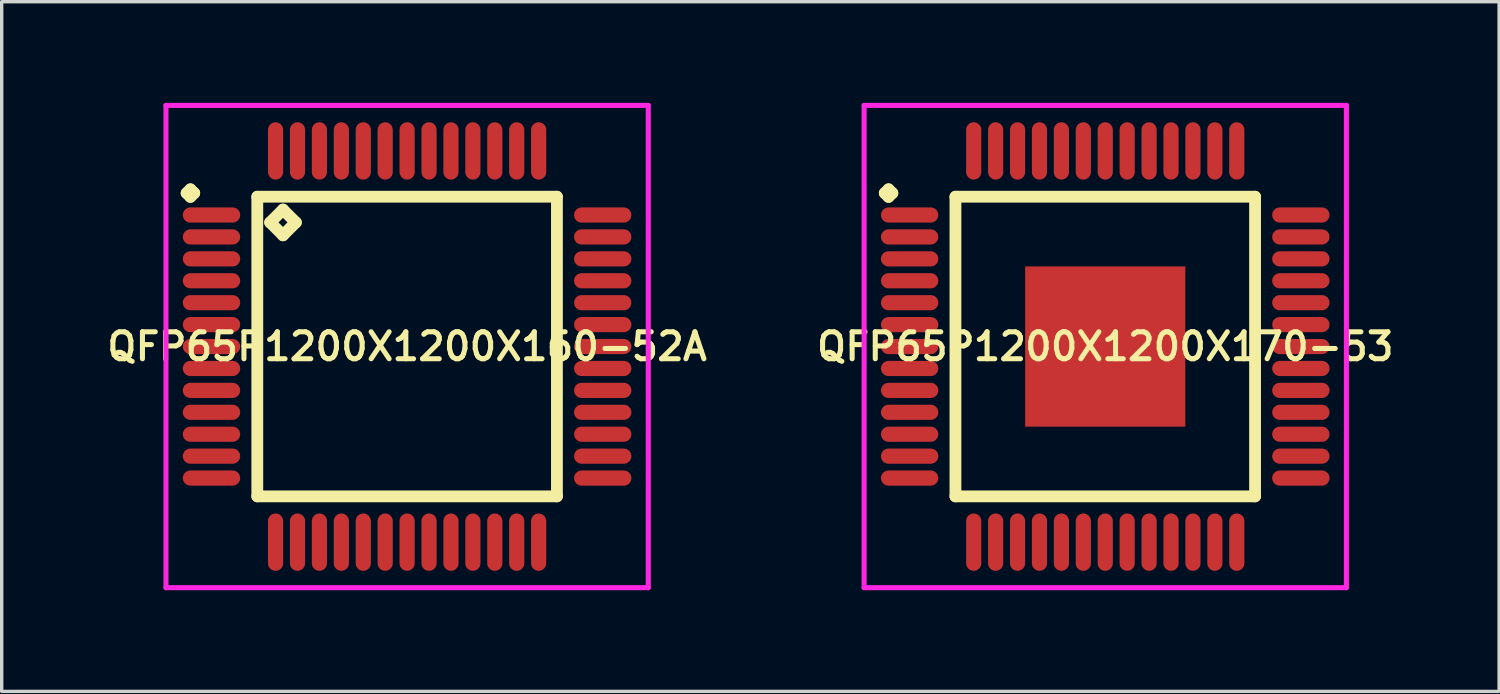
<source format=kicad_pcb>
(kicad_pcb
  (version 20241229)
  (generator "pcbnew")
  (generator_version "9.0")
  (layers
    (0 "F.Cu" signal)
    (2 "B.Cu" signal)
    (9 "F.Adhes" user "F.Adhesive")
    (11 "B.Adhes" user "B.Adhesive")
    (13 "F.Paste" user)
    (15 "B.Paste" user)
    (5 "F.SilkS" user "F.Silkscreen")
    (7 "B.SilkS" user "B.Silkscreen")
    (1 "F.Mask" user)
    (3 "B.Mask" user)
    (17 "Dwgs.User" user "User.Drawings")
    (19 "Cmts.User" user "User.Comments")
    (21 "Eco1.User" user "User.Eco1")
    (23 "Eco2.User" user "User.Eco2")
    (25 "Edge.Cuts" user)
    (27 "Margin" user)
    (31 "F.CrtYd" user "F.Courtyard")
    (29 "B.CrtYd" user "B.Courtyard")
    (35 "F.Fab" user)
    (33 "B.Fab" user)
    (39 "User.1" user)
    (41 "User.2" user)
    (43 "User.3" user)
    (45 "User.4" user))
  (footprint "QFP65P1200X1200X160-52A"
    (layer "F.Cu")
    (at 9.021 7.225)
    (property "Reference" "QFP65P1200X1200X160-52A" (at 0 0 0) (layer "F.SilkS") (effects (font (size 0.8 0.8) (thickness 0.15))))
    (attr smd)
    (fp_line (start -6.537 -4.55) (end -6.425 -4.662) (stroke (width 0.35) (type solid)) (layer "F.SilkS"))
    (fp_line (start -6.425 -4.662) (end -6.312 -4.55) (stroke (width 0.35) (type solid)) (layer "F.SilkS"))
    (fp_line (start -6.425 -4.438) (end -6.537 -4.55) (stroke (width 0.35) (type solid)) (layer "F.SilkS"))
    (fp_line (start -6.312 -4.55) (end -6.425 -4.438) (stroke (width 0.35) (type solid)) (layer "F.SilkS"))
    (fp_line (start -4.442 -4.442) (end -4.442 4.442) (stroke (width 0.35) (type solid)) (layer "F.SilkS"))
    (fp_line (start -4.442 4.442) (end 4.442 4.442) (stroke (width 0.35) (type solid)) (layer "F.SilkS"))
    (fp_line (start -4.061 -3.68) (end -3.68 -4.061) (stroke (width 0.35) (type solid)) (layer "F.SilkS"))
    (fp_line (start -3.68 -4.061) (end -3.299 -3.68) (stroke (width 0.35) (type solid)) (layer "F.SilkS"))
    (fp_line (start -3.68 -3.299) (end -4.061 -3.68) (stroke (width 0.35) (type solid)) (layer "F.SilkS"))
    (fp_line (start -3.299 -3.68) (end -3.68 -3.299) (stroke (width 0.35) (type solid)) (layer "F.SilkS"))
    (fp_line (start 4.442 -4.442) (end -4.442 -4.442) (stroke (width 0.35) (type solid)) (layer "F.SilkS"))
    (fp_line (start 4.442 4.442) (end 4.442 -4.442) (stroke (width 0.35) (type solid)) (layer "F.SilkS"))
    (fp_line (start -7.15 -7.15) (end 7.15 -7.15) (stroke (width 0.15) (type solid)) (layer "F.CrtYd"))
    (fp_line (start -7.15 7.15) (end -7.15 -7.15) (stroke (width 0.15) (type solid)) (layer "F.CrtYd"))
    (fp_line (start 7.15 -7.15) (end 7.15 7.15) (stroke (width 0.15) (type solid)) (layer "F.CrtYd"))
    (fp_line (start 7.15 7.15) (end -7.15 7.15) (stroke (width 0.15) (type solid)) (layer "F.CrtYd"))
    (pad "1" smd oval (at -5.8 -3.9) (size 1.7 0.45) (layers "F.Cu" "F.Mask" "F.Paste"))
    (pad "2" smd oval (at -5.8 -3.25) (size 1.7 0.45) (layers "F.Cu" "F.Mask" "F.Paste"))
    (pad "3" smd oval (at -5.8 -2.6) (size 1.7 0.45) (layers "F.Cu" "F.Mask" "F.Paste"))
    (pad "4" smd oval (at -5.8 -1.95) (size 1.7 0.45) (layers "F.Cu" "F.Mask" "F.Paste"))
    (pad "5" smd oval (at -5.8 -1.3) (size 1.7 0.45) (layers "F.Cu" "F.Mask" "F.Paste"))
    (pad "6" smd oval (at -5.8 -0.65) (size 1.7 0.45) (layers "F.Cu" "F.Mask" "F.Paste"))
    (pad "7" smd oval (at -5.8 0) (size 1.7 0.45) (layers "F.Cu" "F.Mask" "F.Paste"))
    (pad "8" smd oval (at -5.8 0.65) (size 1.7 0.45) (layers "F.Cu" "F.Mask" "F.Paste"))
    (pad "9" smd oval (at -5.8 1.3) (size 1.7 0.45) (layers "F.Cu" "F.Mask" "F.Paste"))
    (pad "10" smd oval (at -5.8 1.95) (size 1.7 0.45) (layers "F.Cu" "F.Mask" "F.Paste"))
    (pad "11" smd oval (at -5.8 2.6) (size 1.7 0.45) (layers "F.Cu" "F.Mask" "F.Paste"))
    (pad "12" smd oval (at -5.8 3.25) (size 1.7 0.45) (layers "F.Cu" "F.Mask" "F.Paste"))
    (pad "13" smd oval (at -5.8 3.9) (size 1.7 0.45) (layers "F.Cu" "F.Mask" "F.Paste"))
    (pad "14" smd oval (at -3.9 5.8) (size 0.45 1.7) (layers "F.Cu" "F.Mask" "F.Paste"))
    (pad "15" smd oval (at -3.25 5.8) (size 0.45 1.7) (layers "F.Cu" "F.Mask" "F.Paste"))
    (pad "16" smd oval (at -2.6 5.8) (size 0.45 1.7) (layers "F.Cu" "F.Mask" "F.Paste"))
    (pad "17" smd oval (at -1.95 5.8) (size 0.45 1.7) (layers "F.Cu" "F.Mask" "F.Paste"))
    (pad "18" smd oval (at -1.3 5.8) (size 0.45 1.7) (layers "F.Cu" "F.Mask" "F.Paste"))
    (pad "19" smd oval (at -0.65 5.8) (size 0.45 1.7) (layers "F.Cu" "F.Mask" "F.Paste"))
    (pad "20" smd oval (at 0 5.8) (size 0.45 1.7) (layers "F.Cu" "F.Mask" "F.Paste"))
    (pad "21" smd oval (at 0.65 5.8) (size 0.45 1.7) (layers "F.Cu" "F.Mask" "F.Paste"))
    (pad "22" smd oval (at 1.3 5.8) (size 0.45 1.7) (layers "F.Cu" "F.Mask" "F.Paste"))
    (pad "23" smd oval (at 1.95 5.8) (size 0.45 1.7) (layers "F.Cu" "F.Mask" "F.Paste"))
    (pad "24" smd oval (at 2.6 5.8) (size 0.45 1.7) (layers "F.Cu" "F.Mask" "F.Paste"))
    (pad "25" smd oval (at 3.25 5.8) (size 0.45 1.7) (layers "F.Cu" "F.Mask" "F.Paste"))
    (pad "26" smd oval (at 3.9 5.8) (size 0.45 1.7) (layers "F.Cu" "F.Mask" "F.Paste"))
    (pad "27" smd oval (at 5.8 3.9) (size 1.7 0.45) (layers "F.Cu" "F.Mask" "F.Paste"))
    (pad "28" smd oval (at 5.8 3.25) (size 1.7 0.45) (layers "F.Cu" "F.Mask" "F.Paste"))
    (pad "29" smd oval (at 5.8 2.6) (size 1.7 0.45) (layers "F.Cu" "F.Mask" "F.Paste"))
    (pad "30" smd oval (at 5.8 1.95) (size 1.7 0.45) (layers "F.Cu" "F.Mask" "F.Paste"))
    (pad "31" smd oval (at 5.8 1.3) (size 1.7 0.45) (layers "F.Cu" "F.Mask" "F.Paste"))
    (pad "32" smd oval (at 5.8 0.65) (size 1.7 0.45) (layers "F.Cu" "F.Mask" "F.Paste"))
    (pad "33" smd oval (at 5.8 0) (size 1.7 0.45) (layers "F.Cu" "F.Mask" "F.Paste"))
    (pad "34" smd oval (at 5.8 -0.65) (size 1.7 0.45) (layers "F.Cu" "F.Mask" "F.Paste"))
    (pad "35" smd oval (at 5.8 -1.3) (size 1.7 0.45) (layers "F.Cu" "F.Mask" "F.Paste"))
    (pad "36" smd oval (at 5.8 -1.95) (size 1.7 0.45) (layers "F.Cu" "F.Mask" "F.Paste"))
    (pad "37" smd oval (at 5.8 -2.6) (size 1.7 0.45) (layers "F.Cu" "F.Mask" "F.Paste"))
    (pad "38" smd oval (at 5.8 -3.25) (size 1.7 0.45) (layers "F.Cu" "F.Mask" "F.Paste"))
    (pad "39" smd oval (at 5.8 -3.9) (size 1.7 0.45) (layers "F.Cu" "F.Mask" "F.Paste"))
    (pad "40" smd oval (at 3.9 -5.8) (size 0.45 1.7) (layers "F.Cu" "F.Mask" "F.Paste"))
    (pad "41" smd oval (at 3.25 -5.8) (size 0.45 1.7) (layers "F.Cu" "F.Mask" "F.Paste"))
    (pad "42" smd oval (at 2.6 -5.8) (size 0.45 1.7) (layers "F.Cu" "F.Mask" "F.Paste"))
    (pad "43" smd oval (at 1.95 -5.8) (size 0.45 1.7) (layers "F.Cu" "F.Mask" "F.Paste"))
    (pad "44" smd oval (at 1.3 -5.8) (size 0.45 1.7) (layers "F.Cu" "F.Mask" "F.Paste"))
    (pad "45" smd oval (at 0.65 -5.8) (size 0.45 1.7) (layers "F.Cu" "F.Mask" "F.Paste"))
    (pad "46" smd oval (at 0 -5.8) (size 0.45 1.7) (layers "F.Cu" "F.Mask" "F.Paste"))
    (pad "47" smd oval (at -0.65 -5.8) (size 0.45 1.7) (layers "F.Cu" "F.Mask" "F.Paste"))
    (pad "48" smd oval (at -1.3 -5.8) (size 0.45 1.7) (layers "F.Cu" "F.Mask" "F.Paste"))
    (pad "49" smd oval (at -1.95 -5.8) (size 0.45 1.7) (layers "F.Cu" "F.Mask" "F.Paste"))
    (pad "50" smd oval (at -2.6 -5.8) (size 0.45 1.7) (layers "F.Cu" "F.Mask" "F.Paste"))
    (pad "51" smd oval (at -3.25 -5.8) (size 0.45 1.7) (layers "F.Cu" "F.Mask" "F.Paste"))
    (pad "52" smd oval (at -3.9 -5.8) (size 0.45 1.7) (layers "F.Cu" "F.Mask" "F.Paste")))
  (footprint "QFP65P1200X1200X170-53"
    (layer "F.Cu")
    (at 29.721 7.225)
    (property "Reference" "QFP65P1200X1200X170-53" (at 0 0 0) (layer "F.SilkS") (effects (font (size 0.8 0.8) (thickness 0.15))))
    (attr smd)
    (fp_line (start -6.537 -4.55) (end -6.425 -4.662) (stroke (width 0.35) (type solid)) (layer "F.SilkS"))
    (fp_line (start -6.425 -4.662) (end -6.312 -4.55) (stroke (width 0.35) (type solid)) (layer "F.SilkS"))
    (fp_line (start -6.425 -4.438) (end -6.537 -4.55) (stroke (width 0.35) (type solid)) (layer "F.SilkS"))
    (fp_line (start -6.312 -4.55) (end -6.425 -4.438) (stroke (width 0.35) (type solid)) (layer "F.SilkS"))
    (fp_line (start -4.442 -4.442) (end -4.442 4.442) (stroke (width 0.35) (type solid)) (layer "F.SilkS"))
    (fp_line (start -4.442 4.442) (end 4.442 4.442) (stroke (width 0.35) (type solid)) (layer "F.SilkS"))
    (fp_line (start 4.442 -4.442) (end -4.442 -4.442) (stroke (width 0.35) (type solid)) (layer "F.SilkS"))
    (fp_line (start 4.442 4.442) (end 4.442 -4.442) (stroke (width 0.35) (type solid)) (layer "F.SilkS"))
    (fp_line (start -7.15 -7.15) (end 7.15 -7.15) (stroke (width 0.15) (type solid)) (layer "F.CrtYd"))
    (fp_line (start -7.15 7.15) (end -7.15 -7.15) (stroke (width 0.15) (type solid)) (layer "F.CrtYd"))
    (fp_line (start 7.15 -7.15) (end 7.15 7.15) (stroke (width 0.15) (type solid)) (layer "F.CrtYd"))
    (fp_line (start 7.15 7.15) (end -7.15 7.15) (stroke (width 0.15) (type solid)) (layer "F.CrtYd"))
    (pad "1" smd oval (at -5.8 -3.9) (size 1.7 0.45) (layers "F.Cu" "F.Mask" "F.Paste"))
    (pad "2" smd oval (at -5.8 -3.25) (size 1.7 0.45) (layers "F.Cu" "F.Mask" "F.Paste"))
    (pad "3" smd oval (at -5.8 -2.6) (size 1.7 0.45) (layers "F.Cu" "F.Mask" "F.Paste"))
    (pad "4" smd oval (at -5.8 -1.95) (size 1.7 0.45) (layers "F.Cu" "F.Mask" "F.Paste"))
    (pad "5" smd oval (at -5.8 -1.3) (size 1.7 0.45) (layers "F.Cu" "F.Mask" "F.Paste"))
    (pad "6" smd oval (at -5.8 -0.65) (size 1.7 0.45) (layers "F.Cu" "F.Mask" "F.Paste"))
    (pad "7" smd oval (at -5.8 0) (size 1.7 0.45) (layers "F.Cu" "F.Mask" "F.Paste"))
    (pad "8" smd oval (at -5.8 0.65) (size 1.7 0.45) (layers "F.Cu" "F.Mask" "F.Paste"))
    (pad "9" smd oval (at -5.8 1.3) (size 1.7 0.45) (layers "F.Cu" "F.Mask" "F.Paste"))
    (pad "10" smd oval (at -5.8 1.95) (size 1.7 0.45) (layers "F.Cu" "F.Mask" "F.Paste"))
    (pad "11" smd oval (at -5.8 2.6) (size 1.7 0.45) (layers "F.Cu" "F.Mask" "F.Paste"))
    (pad "12" smd oval (at -5.8 3.25) (size 1.7 0.45) (layers "F.Cu" "F.Mask" "F.Paste"))
    (pad "13" smd oval (at -5.8 3.9) (size 1.7 0.45) (layers "F.Cu" "F.Mask" "F.Paste"))
    (pad "14" smd oval (at -3.9 5.8) (size 0.45 1.7) (layers "F.Cu" "F.Mask" "F.Paste"))
    (pad "15" smd oval (at -3.25 5.8) (size 0.45 1.7) (layers "F.Cu" "F.Mask" "F.Paste"))
    (pad "16" smd oval (at -2.6 5.8) (size 0.45 1.7) (layers "F.Cu" "F.Mask" "F.Paste"))
    (pad "17" smd oval (at -1.95 5.8) (size 0.45 1.7) (layers "F.Cu" "F.Mask" "F.Paste"))
    (pad "18" smd oval (at -1.3 5.8) (size 0.45 1.7) (layers "F.Cu" "F.Mask" "F.Paste"))
    (pad "19" smd oval (at -0.65 5.8) (size 0.45 1.7) (layers "F.Cu" "F.Mask" "F.Paste"))
    (pad "20" smd oval (at 0 5.8) (size 0.45 1.7) (layers "F.Cu" "F.Mask" "F.Paste"))
    (pad "21" smd oval (at 0.65 5.8) (size 0.45 1.7) (layers "F.Cu" "F.Mask" "F.Paste"))
    (pad "22" smd oval (at 1.3 5.8) (size 0.45 1.7) (layers "F.Cu" "F.Mask" "F.Paste"))
    (pad "23" smd oval (at 1.95 5.8) (size 0.45 1.7) (layers "F.Cu" "F.Mask" "F.Paste"))
    (pad "24" smd oval (at 2.6 5.8) (size 0.45 1.7) (layers "F.Cu" "F.Mask" "F.Paste"))
    (pad "25" smd oval (at 3.25 5.8) (size 0.45 1.7) (layers "F.Cu" "F.Mask" "F.Paste"))
    (pad "26" smd oval (at 3.9 5.8) (size 0.45 1.7) (layers "F.Cu" "F.Mask" "F.Paste"))
    (pad "27" smd oval (at 5.8 3.9) (size 1.7 0.45) (layers "F.Cu" "F.Mask" "F.Paste"))
    (pad "28" smd oval (at 5.8 3.25) (size 1.7 0.45) (layers "F.Cu" "F.Mask" "F.Paste"))
    (pad "29" smd oval (at 5.8 2.6) (size 1.7 0.45) (layers "F.Cu" "F.Mask" "F.Paste"))
    (pad "30" smd oval (at 5.8 1.95) (size 1.7 0.45) (layers "F.Cu" "F.Mask" "F.Paste"))
    (pad "31" smd oval (at 5.8 1.3) (size 1.7 0.45) (layers "F.Cu" "F.Mask" "F.Paste"))
    (pad "32" smd oval (at 5.8 0.65) (size 1.7 0.45) (layers "F.Cu" "F.Mask" "F.Paste"))
    (pad "33" smd oval (at 5.8 0) (size 1.7 0.45) (layers "F.Cu" "F.Mask" "F.Paste"))
    (pad "34" smd oval (at 5.8 -0.65) (size 1.7 0.45) (layers "F.Cu" "F.Mask" "F.Paste"))
    (pad "35" smd oval (at 5.8 -1.3) (size 1.7 0.45) (layers "F.Cu" "F.Mask" "F.Paste"))
    (pad "36" smd oval (at 5.8 -1.95) (size 1.7 0.45) (layers "F.Cu" "F.Mask" "F.Paste"))
    (pad "37" smd oval (at 5.8 -2.6) (size 1.7 0.45) (layers "F.Cu" "F.Mask" "F.Paste"))
    (pad "38" smd oval (at 5.8 -3.25) (size 1.7 0.45) (layers "F.Cu" "F.Mask" "F.Paste"))
    (pad "39" smd oval (at 5.8 -3.9) (size 1.7 0.45) (layers "F.Cu" "F.Mask" "F.Paste"))
    (pad "40" smd oval (at 3.9 -5.8) (size 0.45 1.7) (layers "F.Cu" "F.Mask" "F.Paste"))
    (pad "41" smd oval (at 3.25 -5.8) (size 0.45 1.7) (layers "F.Cu" "F.Mask" "F.Paste"))
    (pad "42" smd oval (at 2.6 -5.8) (size 0.45 1.7) (layers "F.Cu" "F.Mask" "F.Paste"))
    (pad "43" smd oval (at 1.95 -5.8) (size 0.45 1.7) (layers "F.Cu" "F.Mask" "F.Paste"))
    (pad "44" smd oval (at 1.3 -5.8) (size 0.45 1.7) (layers "F.Cu" "F.Mask" "F.Paste"))
    (pad "45" smd oval (at 0.65 -5.8) (size 0.45 1.7) (layers "F.Cu" "F.Mask" "F.Paste"))
    (pad "46" smd oval (at 0 -5.8) (size 0.45 1.7) (layers "F.Cu" "F.Mask" "F.Paste"))
    (pad "47" smd oval (at -0.65 -5.8) (size 0.45 1.7) (layers "F.Cu" "F.Mask" "F.Paste"))
    (pad "48" smd oval (at -1.3 -5.8) (size 0.45 1.7) (layers "F.Cu" "F.Mask" "F.Paste"))
    (pad "49" smd oval (at -1.95 -5.8) (size 0.45 1.7) (layers "F.Cu" "F.Mask" "F.Paste"))
    (pad "50" smd oval (at -2.6 -5.8) (size 0.45 1.7) (layers "F.Cu" "F.Mask" "F.Paste"))
    (pad "51" smd oval (at -3.25 -5.8) (size 0.45 1.7) (layers "F.Cu" "F.Mask" "F.Paste"))
    (pad "52" smd oval (at -3.9 -5.8) (size 0.45 1.7) (layers "F.Cu" "F.Mask" "F.Paste"))
    (pad "53" smd rect (at 0 0) (size 4.75 4.75) (layers "F.Cu" "F.Mask" "F.Paste")))
  (gr_rect
    (start -3 -3)
    (end 41.399 17.45)
    (stroke (width 0.1) (type default))
    (fill no)
    (layer "Edge.Cuts")))
</source>
